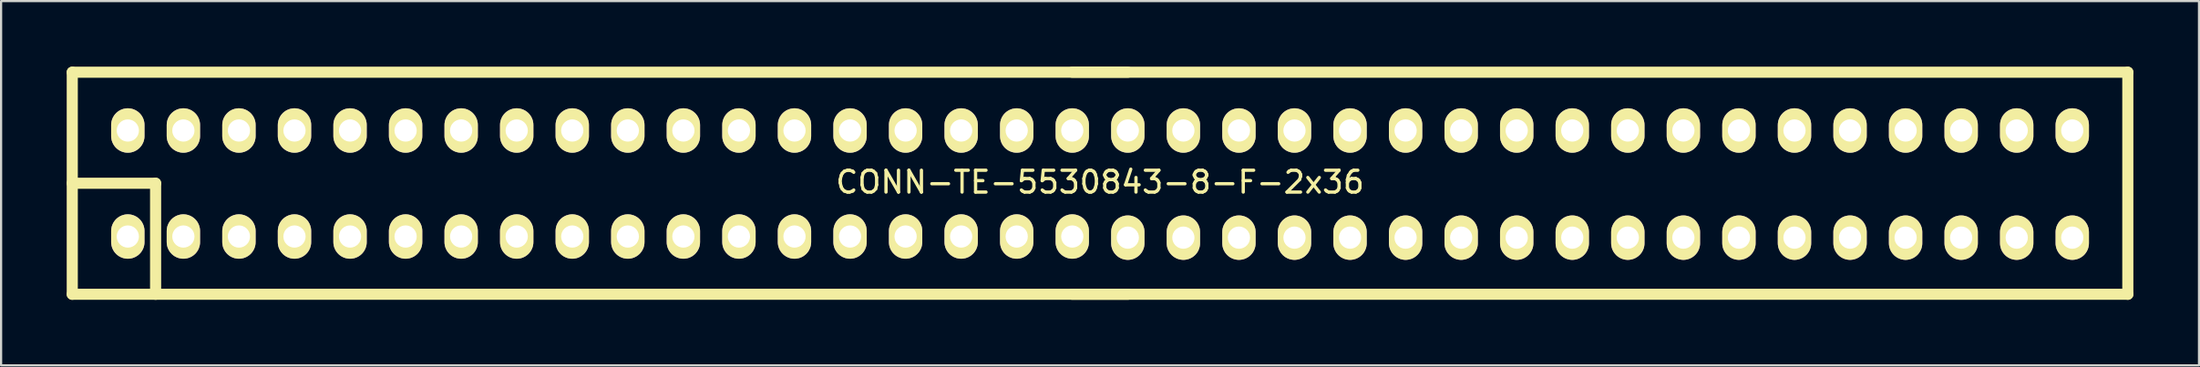
<source format=kicad_pcb>
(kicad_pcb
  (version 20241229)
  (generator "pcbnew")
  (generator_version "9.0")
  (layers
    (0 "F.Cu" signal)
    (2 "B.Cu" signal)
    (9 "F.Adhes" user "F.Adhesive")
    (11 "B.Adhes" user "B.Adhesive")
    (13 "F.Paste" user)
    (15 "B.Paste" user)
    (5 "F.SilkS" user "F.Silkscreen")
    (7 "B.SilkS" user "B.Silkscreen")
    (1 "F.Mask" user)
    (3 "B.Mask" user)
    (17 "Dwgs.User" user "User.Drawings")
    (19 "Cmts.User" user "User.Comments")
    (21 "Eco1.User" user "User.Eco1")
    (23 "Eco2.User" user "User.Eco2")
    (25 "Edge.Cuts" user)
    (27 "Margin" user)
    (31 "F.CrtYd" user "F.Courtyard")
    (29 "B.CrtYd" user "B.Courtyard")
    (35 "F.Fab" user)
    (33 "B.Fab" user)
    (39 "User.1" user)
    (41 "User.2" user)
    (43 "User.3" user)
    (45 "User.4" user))
  (footprint "CONN-TE-5530843-8-F-2x36"
    (layer "F.Cu")
    (at 47.244 5.283)
    (property "Reference" "CONN-TE-5530843-8-F-2x36" (at 0 0 0) (layer "F.SilkS") (effects (font (size 1 1) (thickness 0.15))))
    (attr through_hole)
    (fp_line (start -46.99 -5.029) (end 1.27 -5.029) (stroke (width 0.508) (type solid)) (layer "F.SilkS"))
    (fp_line (start -46.99 0.051) (end -43.18 0.051) (stroke (width 0.508) (type solid)) (layer "F.SilkS"))
    (fp_line (start -46.99 5.131) (end -46.99 -5.029) (stroke (width 0.508) (type solid)) (layer "F.SilkS"))
    (fp_line (start -43.18 0.051) (end -43.18 5.131) (stroke (width 0.508) (type solid)) (layer "F.SilkS"))
    (fp_line (start -1.27 -5.029) (end 46.99 -5.029) (stroke (width 0.508) (type solid)) (layer "F.SilkS"))
    (fp_line (start -1.27 5.131) (end 46.99 5.131) (stroke (width 0.508) (type solid)) (layer "F.SilkS"))
    (fp_line (start 1.27 5.131) (end -46.99 5.131) (stroke (width 0.508) (type solid)) (layer "F.SilkS"))
    (fp_line (start 46.99 -5.029) (end 46.99 5.131) (stroke (width 0.508) (type solid)) (layer "F.SilkS"))
    (pad "1" thru_hole oval (at -44.45 2.489) (size 1.524 2.032) (drill 1.016) (layers "*.Cu" "*.Mask" "F.SilkS"))
    (pad "2" thru_hole oval (at -44.45 -2.362) (size 1.524 2.032) (drill 1.016) (layers "*.Cu" "*.Mask" "F.SilkS"))
    (pad "3" thru_hole oval (at -41.91 2.489) (size 1.524 2.032) (drill 1.016) (layers "*.Cu" "*.Mask" "F.SilkS"))
    (pad "4" thru_hole oval (at -41.91 -2.362) (size 1.524 2.032) (drill 1.016) (layers "*.Cu" "*.Mask" "F.SilkS"))
    (pad "5" thru_hole oval (at -39.37 2.489) (size 1.524 2.032) (drill 1.016) (layers "*.Cu" "*.Mask" "F.SilkS"))
    (pad "6" thru_hole oval (at -39.37 -2.362) (size 1.524 2.032) (drill 1.016) (layers "*.Cu" "*.Mask" "F.SilkS"))
    (pad "7" thru_hole oval (at -36.83 2.489) (size 1.524 2.032) (drill 1.016) (layers "*.Cu" "*.Mask" "F.SilkS"))
    (pad "8" thru_hole oval (at -36.83 -2.362) (size 1.524 2.032) (drill 1.016) (layers "*.Cu" "*.Mask" "F.SilkS"))
    (pad "9" thru_hole oval (at -34.29 2.489) (size 1.524 2.032) (drill 1.016) (layers "*.Cu" "*.Mask" "F.SilkS"))
    (pad "10" thru_hole oval (at -34.29 -2.362) (size 1.524 2.032) (drill 1.016) (layers "*.Cu" "*.Mask" "F.SilkS"))
    (pad "11" thru_hole oval (at -31.75 2.489) (size 1.524 2.032) (drill 1.016) (layers "*.Cu" "*.Mask" "F.SilkS"))
    (pad "12" thru_hole oval (at -31.75 -2.362) (size 1.524 2.032) (drill 1.016) (layers "*.Cu" "*.Mask" "F.SilkS"))
    (pad "13" thru_hole oval (at -29.21 2.489) (size 1.524 2.032) (drill 1.016) (layers "*.Cu" "*.Mask" "F.SilkS"))
    (pad "14" thru_hole oval (at -29.21 -2.362) (size 1.524 2.032) (drill 1.016) (layers "*.Cu" "*.Mask" "F.SilkS"))
    (pad "15" thru_hole oval (at -26.67 2.489) (size 1.524 2.032) (drill 1.016) (layers "*.Cu" "*.Mask" "F.SilkS"))
    (pad "16" thru_hole oval (at -26.67 -2.362) (size 1.524 2.032) (drill 1.016) (layers "*.Cu" "*.Mask" "F.SilkS"))
    (pad "17" thru_hole oval (at -24.13 2.489) (size 1.524 2.032) (drill 1.016) (layers "*.Cu" "*.Mask" "F.SilkS"))
    (pad "18" thru_hole oval (at -24.13 -2.362) (size 1.524 2.032) (drill 1.016) (layers "*.Cu" "*.Mask" "F.SilkS"))
    (pad "19" thru_hole oval (at -21.59 2.489) (size 1.524 2.032) (drill 1.016) (layers "*.Cu" "*.Mask" "F.SilkS"))
    (pad "20" thru_hole oval (at -21.59 -2.362) (size 1.524 2.032) (drill 1.016) (layers "*.Cu" "*.Mask" "F.SilkS"))
    (pad "21" thru_hole oval (at -19.05 2.489) (size 1.524 2.032) (drill 1.016) (layers "*.Cu" "*.Mask" "F.SilkS"))
    (pad "22" thru_hole oval (at -19.05 -2.362) (size 1.524 2.032) (drill 1.016) (layers "*.Cu" "*.Mask" "F.SilkS"))
    (pad "23" thru_hole oval (at -16.51 2.489) (size 1.524 2.032) (drill 1.016) (layers "*.Cu" "*.Mask" "F.SilkS"))
    (pad "24" thru_hole oval (at -16.51 -2.362) (size 1.524 2.032) (drill 1.016) (layers "*.Cu" "*.Mask" "F.SilkS"))
    (pad "25" thru_hole oval (at -13.97 2.489) (size 1.524 2.032) (drill 1.016) (layers "*.Cu" "*.Mask" "F.SilkS"))
    (pad "26" thru_hole oval (at -13.97 -2.362) (size 1.524 2.032) (drill 1.016) (layers "*.Cu" "*.Mask" "F.SilkS"))
    (pad "27" thru_hole oval (at -11.43 2.489) (size 1.524 2.032) (drill 1.016) (layers "*.Cu" "*.Mask" "F.SilkS"))
    (pad "28" thru_hole oval (at -11.43 -2.362) (size 1.524 2.032) (drill 1.016) (layers "*.Cu" "*.Mask" "F.SilkS"))
    (pad "29" thru_hole oval (at -8.89 2.489) (size 1.524 2.032) (drill 1.016) (layers "*.Cu" "*.Mask" "F.SilkS"))
    (pad "30" thru_hole oval (at -8.89 -2.362) (size 1.524 2.032) (drill 1.016) (layers "*.Cu" "*.Mask" "F.SilkS"))
    (pad "31" thru_hole oval (at -6.35 2.489) (size 1.524 2.032) (drill 1.016) (layers "*.Cu" "*.Mask" "F.SilkS"))
    (pad "32" thru_hole oval (at -6.35 -2.362) (size 1.524 2.032) (drill 1.016) (layers "*.Cu" "*.Mask" "F.SilkS"))
    (pad "33" thru_hole oval (at -3.81 2.489) (size 1.524 2.032) (drill 1.016) (layers "*.Cu" "*.Mask" "F.SilkS"))
    (pad "34" thru_hole oval (at -3.81 -2.362) (size 1.524 2.032) (drill 1.016) (layers "*.Cu" "*.Mask" "F.SilkS"))
    (pad "35" thru_hole oval (at -1.27 2.489) (size 1.524 2.032) (drill 1.016) (layers "*.Cu" "*.Mask" "F.SilkS"))
    (pad "36" thru_hole oval (at -1.27 -2.362) (size 1.524 2.032) (drill 1.016) (layers "*.Cu" "*.Mask" "F.SilkS"))
    (pad "37" thru_hole oval (at 1.27 2.54) (size 1.524 2.032) (drill 1.016) (layers "*.Cu" "*.Mask" "F.SilkS"))
    (pad "38" thru_hole oval (at 1.27 -2.362) (size 1.524 2.032) (drill 1.016) (layers "*.Cu" "*.Mask" "F.SilkS"))
    (pad "39" thru_hole oval (at 3.81 2.54) (size 1.524 2.032) (drill 1.016) (layers "*.Cu" "*.Mask" "F.SilkS"))
    (pad "40" thru_hole oval (at 3.81 -2.362) (size 1.524 2.032) (drill 1.016) (layers "*.Cu" "*.Mask" "F.SilkS"))
    (pad "41" thru_hole oval (at 6.35 2.54) (size 1.524 2.032) (drill 1.016) (layers "*.Cu" "*.Mask" "F.SilkS"))
    (pad "42" thru_hole oval (at 6.35 -2.362) (size 1.524 2.032) (drill 1.016) (layers "*.Cu" "*.Mask" "F.SilkS"))
    (pad "43" thru_hole oval (at 8.89 2.54) (size 1.524 2.032) (drill 1.016) (layers "*.Cu" "*.Mask" "F.SilkS"))
    (pad "44" thru_hole oval (at 8.89 -2.362) (size 1.524 2.032) (drill 1.016) (layers "*.Cu" "*.Mask" "F.SilkS"))
    (pad "45" thru_hole oval (at 11.43 2.54) (size 1.524 2.032) (drill 1.016) (layers "*.Cu" "*.Mask" "F.SilkS"))
    (pad "46" thru_hole oval (at 11.43 -2.362) (size 1.524 2.032) (drill 1.016) (layers "*.Cu" "*.Mask" "F.SilkS"))
    (pad "47" thru_hole oval (at 13.97 2.54) (size 1.524 2.032) (drill 1.016) (layers "*.Cu" "*.Mask" "F.SilkS"))
    (pad "48" thru_hole oval (at 13.97 -2.362) (size 1.524 2.032) (drill 1.016) (layers "*.Cu" "*.Mask" "F.SilkS"))
    (pad "49" thru_hole oval (at 16.51 2.54) (size 1.524 2.032) (drill 1.016) (layers "*.Cu" "*.Mask" "F.SilkS"))
    (pad "50" thru_hole oval (at 16.51 -2.362) (size 1.524 2.032) (drill 1.016) (layers "*.Cu" "*.Mask" "F.SilkS"))
    (pad "51" thru_hole oval (at 19.05 2.54) (size 1.524 2.032) (drill 1.016) (layers "*.Cu" "*.Mask" "F.SilkS"))
    (pad "52" thru_hole oval (at 19.05 -2.362) (size 1.524 2.032) (drill 1.016) (layers "*.Cu" "*.Mask" "F.SilkS"))
    (pad "53" thru_hole oval (at 21.59 2.54) (size 1.524 2.032) (drill 1.016) (layers "*.Cu" "*.Mask" "F.SilkS"))
    (pad "54" thru_hole oval (at 21.59 -2.362) (size 1.524 2.032) (drill 1.016) (layers "*.Cu" "*.Mask" "F.SilkS"))
    (pad "55" thru_hole oval (at 24.13 2.54) (size 1.524 2.032) (drill 1.016) (layers "*.Cu" "*.Mask" "F.SilkS"))
    (pad "56" thru_hole oval (at 24.13 -2.362) (size 1.524 2.032) (drill 1.016) (layers "*.Cu" "*.Mask" "F.SilkS"))
    (pad "57" thru_hole oval (at 26.67 2.54) (size 1.524 2.032) (drill 1.016) (layers "*.Cu" "*.Mask" "F.SilkS"))
    (pad "58" thru_hole oval (at 26.67 -2.362) (size 1.524 2.032) (drill 1.016) (layers "*.Cu" "*.Mask" "F.SilkS"))
    (pad "59" thru_hole oval (at 29.21 2.54) (size 1.524 2.032) (drill 1.016) (layers "*.Cu" "*.Mask" "F.SilkS"))
    (pad "60" thru_hole oval (at 29.21 -2.362) (size 1.524 2.032) (drill 1.016) (layers "*.Cu" "*.Mask" "F.SilkS"))
    (pad "61" thru_hole oval (at 31.75 2.54) (size 1.524 2.032) (drill 1.016) (layers "*.Cu" "*.Mask" "F.SilkS"))
    (pad "62" thru_hole oval (at 31.75 -2.362) (size 1.524 2.032) (drill 1.016) (layers "*.Cu" "*.Mask" "F.SilkS"))
    (pad "63" thru_hole oval (at 34.29 2.54) (size 1.524 2.032) (drill 1.016) (layers "*.Cu" "*.Mask" "F.SilkS"))
    (pad "64" thru_hole oval (at 34.29 -2.362) (size 1.524 2.032) (drill 1.016) (layers "*.Cu" "*.Mask" "F.SilkS"))
    (pad "65" thru_hole oval (at 36.83 2.54) (size 1.524 2.032) (drill 1.016) (layers "*.Cu" "*.Mask" "F.SilkS"))
    (pad "66" thru_hole oval (at 36.83 -2.362) (size 1.524 2.032) (drill 1.016) (layers "*.Cu" "*.Mask" "F.SilkS"))
    (pad "67" thru_hole oval (at 39.37 2.54) (size 1.524 2.032) (drill 1.016) (layers "*.Cu" "*.Mask" "F.SilkS"))
    (pad "68" thru_hole oval (at 39.37 -2.362) (size 1.524 2.032) (drill 1.016) (layers "*.Cu" "*.Mask" "F.SilkS"))
    (pad "69" thru_hole oval (at 41.91 2.54) (size 1.524 2.032) (drill 1.016) (layers "*.Cu" "*.Mask" "F.SilkS"))
    (pad "70" thru_hole oval (at 41.91 -2.362) (size 1.524 2.032) (drill 1.016) (layers "*.Cu" "*.Mask" "F.SilkS"))
    (pad "71" thru_hole oval (at 44.45 2.54) (size 1.524 2.032) (drill 1.016) (layers "*.Cu" "*.Mask" "F.SilkS"))
    (pad "72" thru_hole oval (at 44.45 -2.362) (size 1.524 2.032) (drill 1.016) (layers "*.Cu" "*.Mask" "F.SilkS")))
  (gr_rect
    (start -3 -3)
    (end 97.488 13.668)
    (stroke (width 0.1) (type default))
    (fill no)
    (layer "Edge.Cuts")))
</source>
